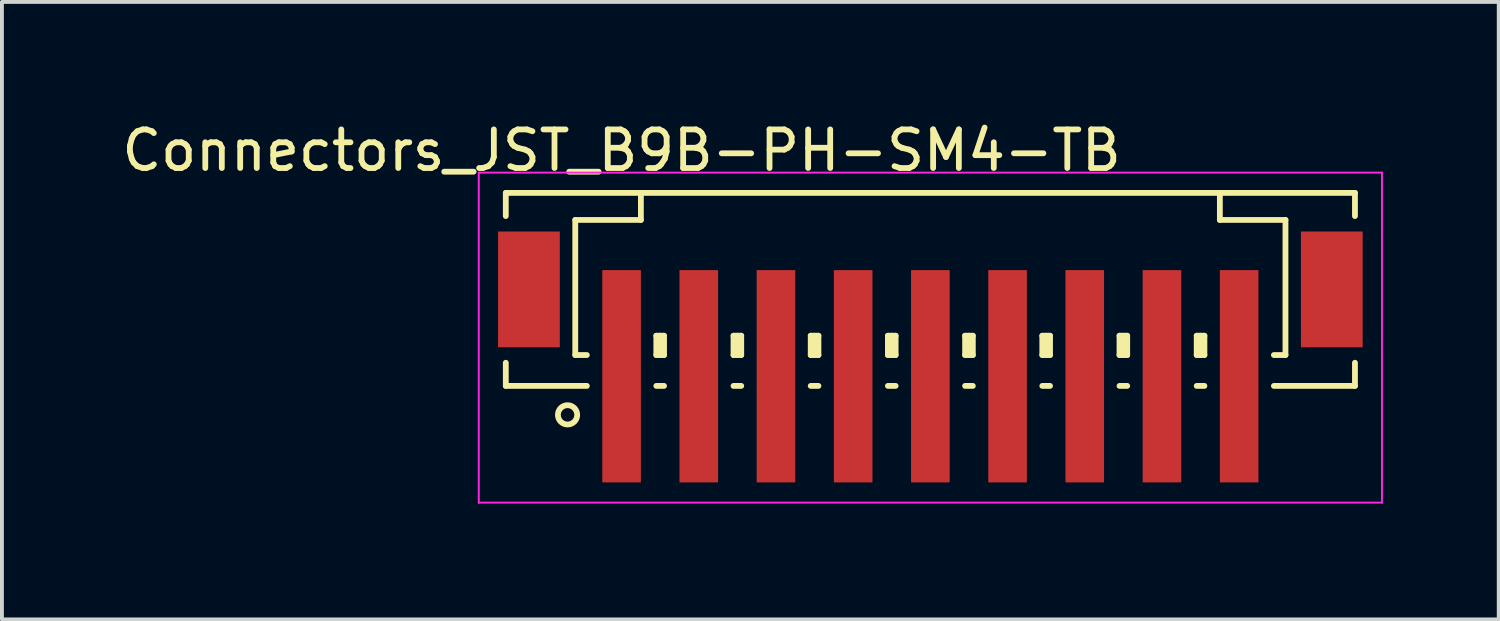
<source format=kicad_pcb>
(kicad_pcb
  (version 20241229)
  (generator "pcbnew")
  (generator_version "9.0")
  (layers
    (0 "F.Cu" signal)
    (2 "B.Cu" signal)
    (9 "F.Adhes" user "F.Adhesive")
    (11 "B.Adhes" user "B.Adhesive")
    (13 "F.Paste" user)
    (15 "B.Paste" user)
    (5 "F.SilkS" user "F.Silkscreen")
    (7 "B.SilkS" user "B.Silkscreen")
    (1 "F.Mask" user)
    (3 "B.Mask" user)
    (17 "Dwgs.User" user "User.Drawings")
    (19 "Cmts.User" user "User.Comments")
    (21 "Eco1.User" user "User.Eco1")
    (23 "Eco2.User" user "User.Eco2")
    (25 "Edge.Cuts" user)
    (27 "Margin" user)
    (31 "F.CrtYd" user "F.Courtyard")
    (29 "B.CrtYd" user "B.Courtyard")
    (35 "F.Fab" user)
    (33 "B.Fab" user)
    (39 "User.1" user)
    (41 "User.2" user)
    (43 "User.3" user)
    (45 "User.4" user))
  (footprint "Connectors_JST_B9B-PH-SM4-TB"
    (layer "F.Cu")
    (at 21.054 5.573)
    (property "Reference" "Connectors_JST_B9B-PH-SM4-TB" (at -8 -4.725 0) (layer "F.SilkS") (effects (font (size 1 1) (thickness 0.15))))
    (attr smd)
    (fp_line (start -11 -3.625) (end 11 -3.625) (stroke (width 0.15) (type solid)) (layer "F.SilkS"))
    (fp_line (start -11 -3.025) (end -11 -3.625) (stroke (width 0.15) (type solid)) (layer "F.SilkS"))
    (fp_line (start -11 0.775) (end -11 1.375) (stroke (width 0.15) (type solid)) (layer "F.SilkS"))
    (fp_line (start -11 1.375) (end -8.9 1.375) (stroke (width 0.15) (type solid)) (layer "F.SilkS"))
    (fp_line (start -9.2 -2.925) (end -9.2 0.575) (stroke (width 0.15) (type solid)) (layer "F.SilkS"))
    (fp_line (start -9.2 0.575) (end -8.9 0.575) (stroke (width 0.15) (type solid)) (layer "F.SilkS"))
    (fp_line (start -7.5 -3.625) (end -7.5 -2.925) (stroke (width 0.15) (type solid)) (layer "F.SilkS"))
    (fp_line (start -7.5 -2.925) (end -9.2 -2.925) (stroke (width 0.15) (type solid)) (layer "F.SilkS"))
    (fp_line (start -7.1 0.075) (end -6.9 0.075) (stroke (width 0.15) (type solid)) (layer "F.SilkS"))
    (fp_line (start -7.1 0.575) (end -7.1 0.075) (stroke (width 0.15) (type solid)) (layer "F.SilkS"))
    (fp_line (start -7.1 0.575) (end -6.9 0.575) (stroke (width 0.15) (type solid)) (layer "F.SilkS"))
    (fp_line (start -7.1 1.375) (end -6.9 1.375) (stroke (width 0.15) (type solid)) (layer "F.SilkS"))
    (fp_line (start -7 0.575) (end -7 0.075) (stroke (width 0.15) (type solid)) (layer "F.SilkS"))
    (fp_line (start -6.9 0.075) (end -6.9 0.575) (stroke (width 0.15) (type solid)) (layer "F.SilkS"))
    (fp_line (start -5.1 0.075) (end -4.9 0.075) (stroke (width 0.15) (type solid)) (layer "F.SilkS"))
    (fp_line (start -5.1 0.575) (end -5.1 0.075) (stroke (width 0.15) (type solid)) (layer "F.SilkS"))
    (fp_line (start -5.1 0.575) (end -4.9 0.575) (stroke (width 0.15) (type solid)) (layer "F.SilkS"))
    (fp_line (start -5.1 1.375) (end -4.9 1.375) (stroke (width 0.15) (type solid)) (layer "F.SilkS"))
    (fp_line (start -5 0.575) (end -5 0.075) (stroke (width 0.15) (type solid)) (layer "F.SilkS"))
    (fp_line (start -4.9 0.075) (end -4.9 0.575) (stroke (width 0.15) (type solid)) (layer "F.SilkS"))
    (fp_line (start -3.1 0.075) (end -2.9 0.075) (stroke (width 0.15) (type solid)) (layer "F.SilkS"))
    (fp_line (start -3.1 0.575) (end -3.1 0.075) (stroke (width 0.15) (type solid)) (layer "F.SilkS"))
    (fp_line (start -3.1 0.575) (end -2.9 0.575) (stroke (width 0.15) (type solid)) (layer "F.SilkS"))
    (fp_line (start -3.1 1.375) (end -2.9 1.375) (stroke (width 0.15) (type solid)) (layer "F.SilkS"))
    (fp_line (start -3 0.575) (end -3 0.075) (stroke (width 0.15) (type solid)) (layer "F.SilkS"))
    (fp_line (start -2.9 0.075) (end -2.9 0.575) (stroke (width 0.15) (type solid)) (layer "F.SilkS"))
    (fp_line (start -1.1 0.075) (end -0.9 0.075) (stroke (width 0.15) (type solid)) (layer "F.SilkS"))
    (fp_line (start -1.1 0.575) (end -1.1 0.075) (stroke (width 0.15) (type solid)) (layer "F.SilkS"))
    (fp_line (start -1.1 0.575) (end -0.9 0.575) (stroke (width 0.15) (type solid)) (layer "F.SilkS"))
    (fp_line (start -1.1 1.375) (end -0.9 1.375) (stroke (width 0.15) (type solid)) (layer "F.SilkS"))
    (fp_line (start -1 0.575) (end -1 0.075) (stroke (width 0.15) (type solid)) (layer "F.SilkS"))
    (fp_line (start -0.9 0.075) (end -0.9 0.575) (stroke (width 0.15) (type solid)) (layer "F.SilkS"))
    (fp_line (start 0.9 0.075) (end 1.1 0.075) (stroke (width 0.15) (type solid)) (layer "F.SilkS"))
    (fp_line (start 0.9 0.575) (end 0.9 0.075) (stroke (width 0.15) (type solid)) (layer "F.SilkS"))
    (fp_line (start 0.9 0.575) (end 1.1 0.575) (stroke (width 0.15) (type solid)) (layer "F.SilkS"))
    (fp_line (start 0.9 1.375) (end 1.1 1.375) (stroke (width 0.15) (type solid)) (layer "F.SilkS"))
    (fp_line (start 1 0.575) (end 1 0.075) (stroke (width 0.15) (type solid)) (layer "F.SilkS"))
    (fp_line (start 1.1 0.075) (end 1.1 0.575) (stroke (width 0.15) (type solid)) (layer "F.SilkS"))
    (fp_line (start 2.9 0.075) (end 3.1 0.075) (stroke (width 0.15) (type solid)) (layer "F.SilkS"))
    (fp_line (start 2.9 0.575) (end 2.9 0.075) (stroke (width 0.15) (type solid)) (layer "F.SilkS"))
    (fp_line (start 2.9 0.575) (end 3.1 0.575) (stroke (width 0.15) (type solid)) (layer "F.SilkS"))
    (fp_line (start 2.9 1.375) (end 3.1 1.375) (stroke (width 0.15) (type solid)) (layer "F.SilkS"))
    (fp_line (start 3 0.575) (end 3 0.075) (stroke (width 0.15) (type solid)) (layer "F.SilkS"))
    (fp_line (start 3.1 0.075) (end 3.1 0.575) (stroke (width 0.15) (type solid)) (layer "F.SilkS"))
    (fp_line (start 4.9 0.075) (end 5.1 0.075) (stroke (width 0.15) (type solid)) (layer "F.SilkS"))
    (fp_line (start 4.9 0.575) (end 4.9 0.075) (stroke (width 0.15) (type solid)) (layer "F.SilkS"))
    (fp_line (start 4.9 0.575) (end 5.1 0.575) (stroke (width 0.15) (type solid)) (layer "F.SilkS"))
    (fp_line (start 4.9 1.375) (end 5.1 1.375) (stroke (width 0.15) (type solid)) (layer "F.SilkS"))
    (fp_line (start 5 0.575) (end 5 0.075) (stroke (width 0.15) (type solid)) (layer "F.SilkS"))
    (fp_line (start 5.1 0.075) (end 5.1 0.575) (stroke (width 0.15) (type solid)) (layer "F.SilkS"))
    (fp_line (start 6.9 0.075) (end 7.1 0.075) (stroke (width 0.15) (type solid)) (layer "F.SilkS"))
    (fp_line (start 6.9 0.575) (end 6.9 0.075) (stroke (width 0.15) (type solid)) (layer "F.SilkS"))
    (fp_line (start 6.9 0.575) (end 7.1 0.575) (stroke (width 0.15) (type solid)) (layer "F.SilkS"))
    (fp_line (start 6.9 1.375) (end 7.1 1.375) (stroke (width 0.15) (type solid)) (layer "F.SilkS"))
    (fp_line (start 7 0.575) (end 7 0.075) (stroke (width 0.15) (type solid)) (layer "F.SilkS"))
    (fp_line (start 7.1 0.075) (end 7.1 0.575) (stroke (width 0.15) (type solid)) (layer "F.SilkS"))
    (fp_line (start 7.5 -3.625) (end 7.5 -2.925) (stroke (width 0.15) (type solid)) (layer "F.SilkS"))
    (fp_line (start 7.5 -2.925) (end 9.2 -2.925) (stroke (width 0.15) (type solid)) (layer "F.SilkS"))
    (fp_line (start 9.2 -2.925) (end 9.2 0.575) (stroke (width 0.15) (type solid)) (layer "F.SilkS"))
    (fp_line (start 9.2 0.575) (end 8.9 0.575) (stroke (width 0.15) (type solid)) (layer "F.SilkS"))
    (fp_line (start 11 -3.625) (end 11 -3.025) (stroke (width 0.15) (type solid)) (layer "F.SilkS"))
    (fp_line (start 11 0.775) (end 11 1.375) (stroke (width 0.15) (type solid)) (layer "F.SilkS"))
    (fp_line (start 11 1.375) (end 8.9 1.375) (stroke (width 0.15) (type solid)) (layer "F.SilkS"))
    (fp_circle (center -9.4 2.125) (end -9.15 2.125) (stroke (width 0.15) (type solid)) (fill no) (layer "F.SilkS"))
    (fp_line (start -11.7 -4.15) (end 11.7 -4.15) (stroke (width 0.05) (type solid)) (layer "F.CrtYd"))
    (fp_line (start -11.7 4.4) (end -11.7 -4.15) (stroke (width 0.05) (type solid)) (layer "F.CrtYd"))
    (fp_line (start 11.7 -4.15) (end 11.7 4.4) (stroke (width 0.05) (type solid)) (layer "F.CrtYd"))
    (fp_line (start 11.7 4.4) (end -11.7 4.4) (stroke (width 0.05) (type solid)) (layer "F.CrtYd"))
    (pad "" smd rect (at -10.4 -1.125) (size 1.6 3) (layers "F.Cu" "F.Mask" "F.Paste"))
    (pad "" smd rect (at 10.4 -1.125) (size 1.6 3) (layers "F.Cu" "F.Mask" "F.Paste"))
    (pad "1" smd rect (at -8 1.125) (size 1 5.5) (layers "F.Cu" "F.Mask" "F.Paste"))
    (pad "2" smd rect (at -6 1.125) (size 1 5.5) (layers "F.Cu" "F.Mask" "F.Paste"))
    (pad "3" smd rect (at -4 1.125) (size 1 5.5) (layers "F.Cu" "F.Mask" "F.Paste"))
    (pad "4" smd rect (at -2 1.125) (size 1 5.5) (layers "F.Cu" "F.Mask" "F.Paste"))
    (pad "5" smd rect (at 0 1.125) (size 1 5.5) (layers "F.Cu" "F.Mask" "F.Paste"))
    (pad "6" smd rect (at 2 1.125) (size 1 5.5) (layers "F.Cu" "F.Mask" "F.Paste"))
    (pad "7" smd rect (at 4 1.125) (size 1 5.5) (layers "F.Cu" "F.Mask" "F.Paste"))
    (pad "8" smd rect (at 6 1.125) (size 1 5.5) (layers "F.Cu" "F.Mask" "F.Paste"))
    (pad "9" smd rect (at 8 1.125) (size 1 5.5) (layers "F.Cu" "F.Mask" "F.Paste")))
  (gr_rect
    (start -3 -3)
    (end 35.779 12.998)
    (stroke (width 0.1) (type default))
    (fill no)
    (layer "Edge.Cuts")))
</source>
